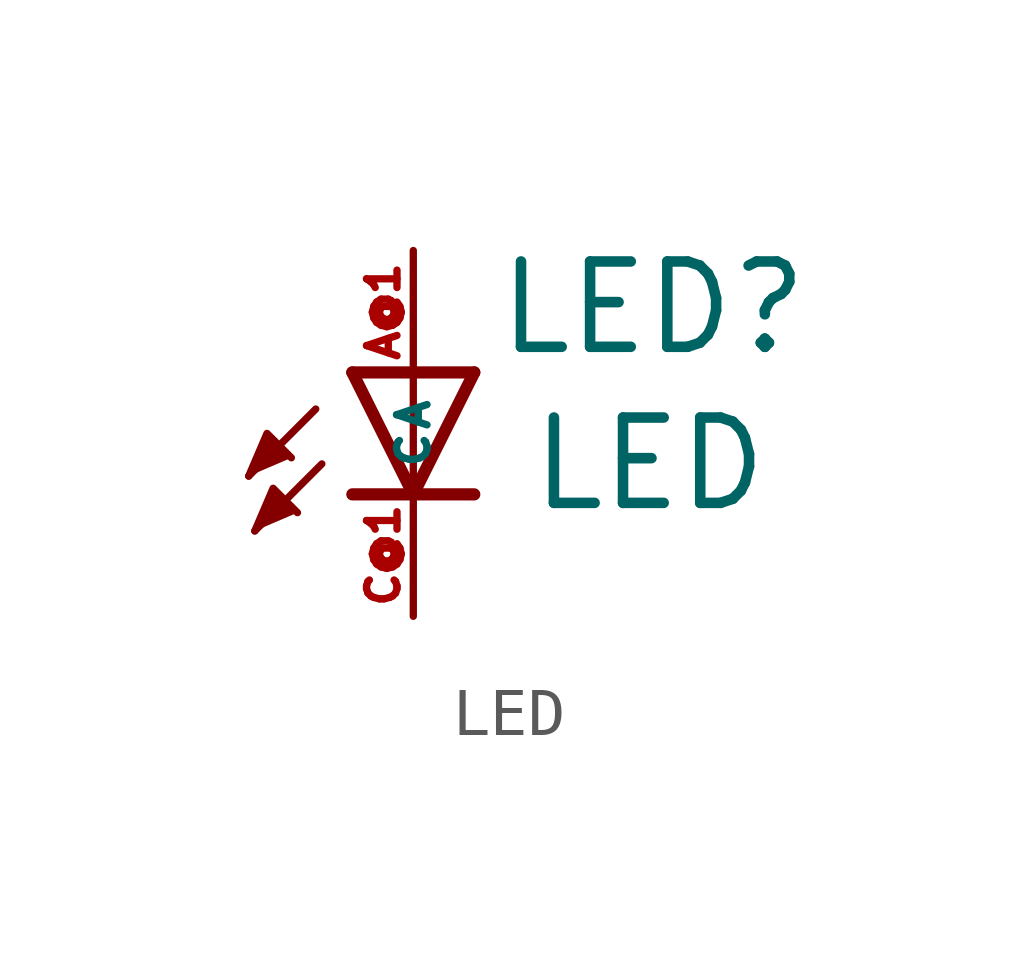
<source format=kicad_sym>
(kicad_symbol_lib
  (version 20220914)
  (generator kicad_symbol_editor)
  (symbol "LED"
    (property "Reference" "LED"
      (at 1.676 0.305 0)
      (effects (font (size 1.778 1.778) (thickness 0.22)) (justify left bottom)))
    (property "Value" "LED"
      (at 2.362 -2.946 0)
      (effects (font (size 1.778 1.778) (thickness 0.22)) (justify left bottom)))
    (symbol "LED_1_1"
      (polyline (pts (xy -2.032 -0.762) (xy -3.429 -2.159)) (stroke (width 0.152) (type default)) (fill (type none)))
      (polyline (pts (xy -1.905 -1.905) (xy -3.302 -3.302)) (stroke (width 0.152) (type default)) (fill (type none)))
      (polyline (pts (xy 0 -2.54) (xy -1.27 -2.54)) (stroke (width 0.254) (type default)) (fill (type none)))
      (polyline (pts (xy 0 -2.54) (xy -1.27 0)) (stroke (width 0.254) (type default)) (fill (type none)))
      (polyline (pts (xy 0 0) (xy -1.27 0)) (stroke (width 0.254) (type default)) (fill (type none)))
      (polyline (pts (xy 0 0) (xy 0 -2.54)) (stroke (width 0.152) (type default)) (fill (type none)))
      (polyline (pts (xy 1.27 -2.54) (xy 0 -2.54)) (stroke (width 0.254) (type default)) (fill (type none)))
      (polyline (pts (xy 1.27 0) (xy 0 -2.54)) (stroke (width 0.254) (type default)) (fill (type none)))
      (polyline (pts (xy 1.27 0) (xy 0 0)) (stroke (width 0.254) (type default)) (fill (type none)))
      (polyline (pts (xy -3.429 -2.159) (xy -3.048 -1.27) (xy -2.54 -1.778)) (stroke (width 0.152) (type default)) (fill (type outline)))
      (polyline (pts (xy -3.302 -3.302) (xy -2.921 -2.413) (xy -2.413 -2.921)) (stroke (width 0.152) (type default)) (fill (type outline)))
      (pin passive line (at 0 2.54 270) (length 2.54) (name "A" (effects (font (size 0.635 0.635)))) (number "A@1" (effects (font (size 0.635 0.635)))))
      (pin passive line (at 0 -5.08 90) (length 2.54) (name "C" (effects (font (size 0.635 0.635)))) (number "C@1" (effects (font (size 0.635 0.635))))))))
</source>
